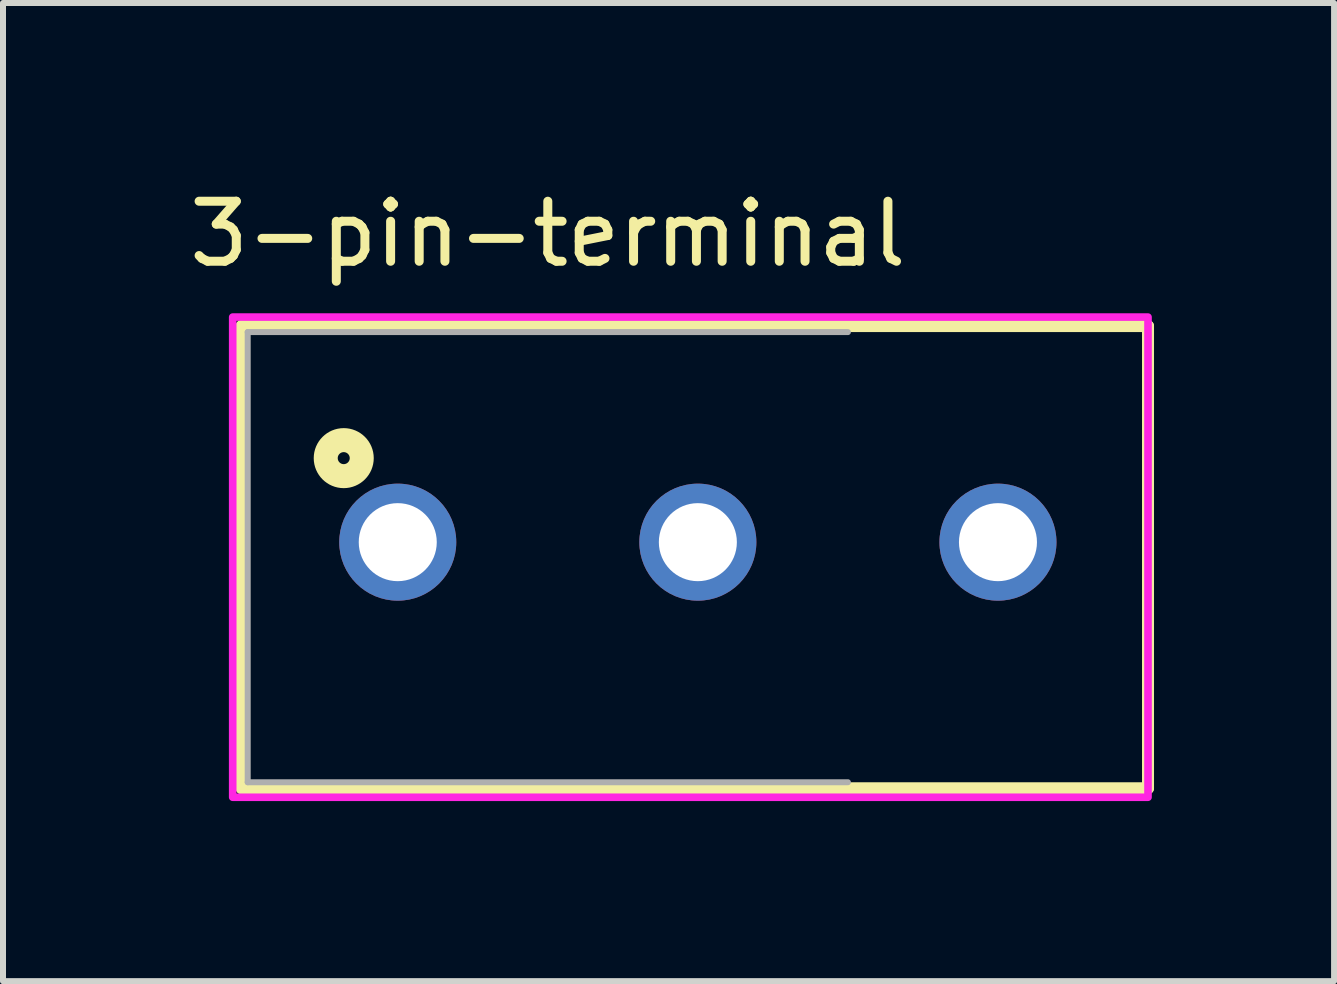
<source format=kicad_pcb>
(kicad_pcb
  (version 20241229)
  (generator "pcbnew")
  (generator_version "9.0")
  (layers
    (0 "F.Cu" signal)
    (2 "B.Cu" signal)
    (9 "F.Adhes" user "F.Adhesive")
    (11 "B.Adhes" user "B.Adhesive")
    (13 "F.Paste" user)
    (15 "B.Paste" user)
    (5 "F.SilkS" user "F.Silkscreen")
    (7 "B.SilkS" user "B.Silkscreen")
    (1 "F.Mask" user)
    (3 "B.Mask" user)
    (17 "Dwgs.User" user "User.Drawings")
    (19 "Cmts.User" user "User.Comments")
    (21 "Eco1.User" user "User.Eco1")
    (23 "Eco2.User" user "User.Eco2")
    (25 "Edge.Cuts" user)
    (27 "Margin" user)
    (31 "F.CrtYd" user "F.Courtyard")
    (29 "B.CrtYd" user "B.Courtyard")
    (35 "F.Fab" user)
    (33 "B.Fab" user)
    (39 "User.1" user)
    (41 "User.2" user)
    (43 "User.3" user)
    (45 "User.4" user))
  (footprint "3-pin-terminal"
    (layer "F.Cu")
    (at 6.077 5.983)
    (property "Reference" "3-pin-terminal" (at 0 -5.135 0) (layer "F.SilkS") (effects (font (size 1 1) (thickness 0.15))))
    (attr through_hole)
    (fp_line (start -5.1 -3.6) (end 10 -3.6) (stroke (width 0.2) (type solid)) (layer "F.SilkS"))
    (fp_line (start -5.1 4.1) (end -5.1 -3.6) (stroke (width 0.2) (type solid)) (layer "F.SilkS"))
    (fp_line (start 10 -3.6) (end 10 4.1) (stroke (width 0.2) (type solid)) (layer "F.SilkS"))
    (fp_line (start 10 4.1) (end -5.1 4.1) (stroke (width 0.2) (type solid)) (layer "F.SilkS"))
    (fp_circle (center -3.4 -1.4) (end -3.3 -1.4) (stroke (width 0.4) (type solid)) (fill no) (layer "F.SilkS"))
    (fp_poly (pts (xy -5.25 -3.75) (xy 10 -3.75) (xy 10 4.25) (xy -5.25 4.25)) (stroke (width 0.127) (type solid)) (fill no) (layer "F.CrtYd"))
    (fp_line (start -5 -3.5) (end 5 -3.5) (stroke (width 0.1) (type solid)) (layer "F.Fab"))
    (fp_line (start -5 4) (end -5 -3.5) (stroke (width 0.1) (type solid)) (layer "F.Fab"))
    (fp_line (start 5 4) (end -5 4) (stroke (width 0.1) (type solid)) (layer "F.Fab"))
    (fp_line (start 10 -3.5) (end 10 4) (stroke (width 0.1) (type solid)) (layer "F.Fab"))
    (pad "1" thru_hole circle (at -2.5 0) (size 1.95 1.95) (drill 1.3) (layers "*.Cu" "*.Mask"))
    (pad "2" thru_hole circle (at 2.5 0) (size 1.95 1.95) (drill 1.3) (layers "*.Cu" "*.Mask"))
    (pad "3" thru_hole circle (at 7.5 0) (size 1.95 1.95) (drill 1.3) (layers "*.Cu" "*.Mask")))
  (gr_rect
    (start -3 -3)
    (end 19.177 13.297)
    (stroke (width 0.1) (type default))
    (fill no)
    (layer "Edge.Cuts")))
</source>
